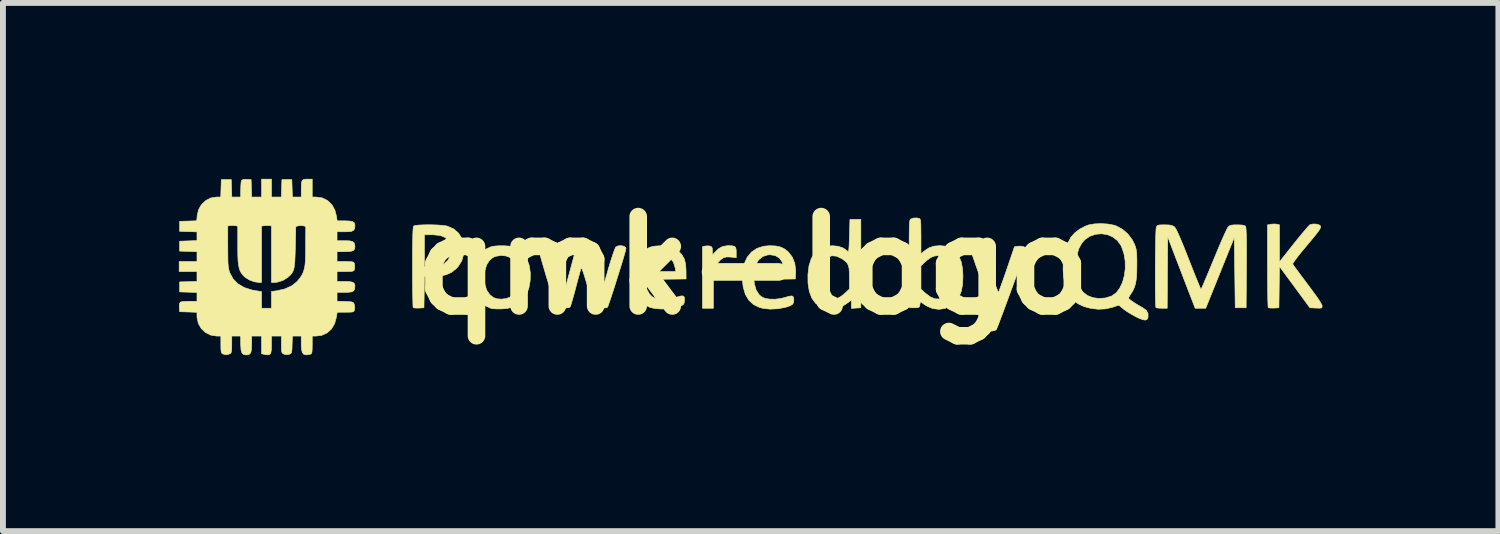
<source format=kicad_pcb>
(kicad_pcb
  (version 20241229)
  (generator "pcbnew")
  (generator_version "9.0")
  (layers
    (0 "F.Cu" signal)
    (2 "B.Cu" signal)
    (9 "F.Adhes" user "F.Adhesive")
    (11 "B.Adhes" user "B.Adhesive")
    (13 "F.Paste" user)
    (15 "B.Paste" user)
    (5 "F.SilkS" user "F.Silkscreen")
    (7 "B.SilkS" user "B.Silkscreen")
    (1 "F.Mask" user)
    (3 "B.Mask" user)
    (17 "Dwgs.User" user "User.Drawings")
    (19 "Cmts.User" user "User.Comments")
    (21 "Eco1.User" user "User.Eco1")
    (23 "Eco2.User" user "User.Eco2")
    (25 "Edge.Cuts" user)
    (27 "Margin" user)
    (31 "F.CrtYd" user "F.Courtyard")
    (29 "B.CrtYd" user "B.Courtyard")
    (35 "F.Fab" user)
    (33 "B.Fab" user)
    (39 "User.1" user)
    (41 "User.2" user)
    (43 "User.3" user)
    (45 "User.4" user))
  (footprint "qmk-logo"
    (layer "F.Cu")
    (at 9.792 1.478)
    (property "Reference" "qmk-logo" (at 0 0 0) (layer "F.SilkS") (effects (font (size 1.524 1.524) (thickness 0.3))))
    (attr through_hole)
    (fp_poly (pts (xy -0.361 -0.337) (xy -0.319 -0.328) (xy -0.297 -0.307) (xy -0.289 -0.268) (xy -0.288 -0.226) (xy -0.288 -0.134) (xy -0.385 -0.145) (xy -0.452 -0.147) (xy -0.506 -0.133) (xy -0.555 -0.099) (xy -0.607 -0.041) (xy -0.628 -0.012) (xy -0.677 0.056) (xy -0.677 0.728) (xy -0.864 0.728) (xy -0.864 -0.321) (xy -0.821 -0.332) (xy -0.77 -0.336) (xy -0.737 -0.332) (xy -0.709 -0.32) (xy -0.697 -0.297) (xy -0.694 -0.25) (xy -0.694 -0.249) (xy -0.693 -0.178) (xy -0.659 -0.219) (xy -0.59 -0.287) (xy -0.518 -0.326) (xy -0.436 -0.339) (xy -0.43 -0.339) (xy -0.361 -0.337)) (stroke (width 0.01) (type solid)) (fill yes) (layer "F.SilkS"))
    (fp_poly (pts (xy 0.384 -0.334) (xy 0.465 -0.317) (xy 0.532 -0.286) (xy 0.595 -0.237) (xy 0.6 -0.232) (xy 0.669 -0.143) (xy 0.711 -0.035) (xy 0.726 0.091) (xy 0.725 0.13) (xy 0.72 0.229) (xy 0.012 0.238) (xy 0.023 0.316) (xy 0.052 0.419) (xy 0.105 0.5) (xy 0.141 0.531) (xy 0.201 0.559) (xy 0.283 0.573) (xy 0.378 0.574) (xy 0.478 0.561) (xy 0.551 0.542) (xy 0.619 0.522) (xy 0.661 0.518) (xy 0.684 0.532) (xy 0.693 0.566) (xy 0.694 0.593) (xy 0.689 0.633) (xy 0.671 0.662) (xy 0.633 0.685) (xy 0.57 0.707) (xy 0.549 0.713) (xy 0.42 0.737) (xy 0.289 0.743) (xy 0.168 0.73) (xy 0.105 0.713) (xy 0.003 0.662) (xy -0.076 0.588) (xy -0.133 0.49) (xy -0.169 0.366) (xy -0.182 0.252) (xy -0.179 0.102) (xy 0.014 0.102) (xy 0.529 0.102) (xy 0.521 0.027) (xy 0.496 -0.061) (xy 0.448 -0.128) (xy 0.378 -0.17) (xy 0.291 -0.184) (xy 0.249 -0.181) (xy 0.163 -0.154) (xy 0.095 -0.098) (xy 0.046 -0.019) (xy 0.026 0.047) (xy 0.014 0.102) (xy -0.179 0.102) (xy -0.179 0.1) (xy -0.151 -0.032) (xy -0.1 -0.143) (xy -0.028 -0.23) (xy 0.066 -0.293) (xy 0.178 -0.329) (xy 0.279 -0.338) (xy 0.384 -0.334)) (stroke (width 0.01) (type solid)) (fill yes) (layer "F.SilkS"))
    (fp_poly (pts (xy -5.464 -0.694) (xy -5.376 -0.691) (xy -5.298 -0.685) (xy -5.237 -0.677) (xy -5.211 -0.671) (xy -5.104 -0.623) (xy -5.022 -0.552) (xy -4.965 -0.459) (xy -4.935 -0.346) (xy -4.932 -0.325) (xy -4.935 -0.196) (xy -4.968 -0.08) (xy -5.031 0.019) (xy -5.06 0.051) (xy -5.14 0.114) (xy -5.23 0.156) (xy -5.337 0.179) (xy -5.463 0.186) (xy -5.604 0.186) (xy -5.613 0.72) (xy -5.699 0.725) (xy -5.75 0.725) (xy -5.787 0.721) (xy -5.796 0.718) (xy -5.799 0.699) (xy -5.801 0.649) (xy -5.803 0.574) (xy -5.805 0.475) (xy -5.807 0.357) (xy -5.808 0.224) (xy -5.808 0.078) (xy -5.808 0.026) (xy -5.808 0.02) (xy -5.605 0.02) (xy -5.462 0.014) (xy -5.383 0.009) (xy -5.328 -0.00025) (xy -5.289 -0.016) (xy -5.273 -0.026) (xy -5.21 -0.083) (xy -5.174 -0.142) (xy -5.158 -0.216) (xy -5.156 -0.262) (xy -5.167 -0.358) (xy -5.199 -0.43) (xy -5.255 -0.481) (xy -5.336 -0.512) (xy -5.445 -0.524) (xy -5.474 -0.525) (xy -5.605 -0.525) (xy -5.605 0.02) (xy -5.808 0.02) (xy -5.808 -0.157) (xy -5.807 -0.308) (xy -5.805 -0.43) (xy -5.803 -0.524) (xy -5.8 -0.594) (xy -5.796 -0.641) (xy -5.791 -0.667) (xy -5.788 -0.674) (xy -5.762 -0.683) (xy -5.709 -0.689) (xy -5.637 -0.693) (xy -5.553 -0.695) (xy -5.464 -0.694)) (stroke (width 0.01) (type solid)) (fill yes) (layer "F.SilkS"))
    (fp_poly (pts (xy 9.61 -0.706) (xy 9.656 -0.691) (xy 9.659 -0.689) (xy 9.672 -0.677) (xy 9.678 -0.663) (xy 9.674 -0.643) (xy 9.659 -0.614) (xy 9.631 -0.573) (xy 9.587 -0.517) (xy 9.526 -0.442) (xy 9.445 -0.345) (xy 9.42 -0.315) (xy 9.352 -0.234) (xy 9.293 -0.16) (xy 9.247 -0.099) (xy 9.215 -0.054) (xy 9.201 -0.029) (xy 9.201 -0.026) (xy 9.213 -0.007) (xy 9.242 0.034) (xy 9.287 0.095) (xy 9.343 0.17) (xy 9.408 0.257) (xy 9.456 0.321) (xy 9.545 0.441) (xy 9.616 0.539) (xy 9.666 0.614) (xy 9.695 0.665) (xy 9.703 0.689) (xy 9.701 0.711) (xy 9.69 0.723) (xy 9.662 0.727) (xy 9.609 0.725) (xy 9.598 0.725) (xy 9.494 0.72) (xy 8.975 0.015) (xy 8.966 0.72) (xy 8.881 0.725) (xy 8.83 0.725) (xy 8.793 0.721) (xy 8.784 0.718) (xy 8.781 0.699) (xy 8.779 0.649) (xy 8.776 0.573) (xy 8.775 0.475) (xy 8.773 0.356) (xy 8.772 0.222) (xy 8.772 0.076) (xy 8.771 0.006) (xy 8.771 -0.693) (xy 8.831 -0.704) (xy 8.884 -0.709) (xy 8.931 -0.705) (xy 8.932 -0.704) (xy 8.975 -0.694) (xy 8.975 -0.062) (xy 9.222 -0.374) (xy 9.293 -0.463) (xy 9.359 -0.543) (xy 9.416 -0.61) (xy 9.46 -0.661) (xy 9.489 -0.691) (xy 9.497 -0.697) (xy 9.551 -0.709) (xy 9.61 -0.706)) (stroke (width 0.01) (type solid)) (fill yes) (layer "F.SilkS"))
    (fp_poly (pts (xy -1.491 -0.336) (xy -1.403 -0.321) (xy -1.331 -0.29) (xy -1.277 -0.251) (xy -1.214 -0.184) (xy -1.173 -0.112) (xy -1.151 -0.024) (xy -1.144 0.085) (xy -1.143 0.229) (xy -1.496 0.233) (xy -1.85 0.238) (xy -1.839 0.309) (xy -1.812 0.405) (xy -1.767 0.485) (xy -1.721 0.532) (xy -1.662 0.559) (xy -1.581 0.573) (xy -1.487 0.574) (xy -1.388 0.562) (xy -1.312 0.542) (xy -1.243 0.521) (xy -1.2 0.517) (xy -1.177 0.532) (xy -1.17 0.567) (xy -1.171 0.603) (xy -1.177 0.642) (xy -1.192 0.666) (xy -1.224 0.685) (xy -1.262 0.7) (xy -1.349 0.724) (xy -1.453 0.737) (xy -1.563 0.741) (xy -1.667 0.734) (xy -1.751 0.716) (xy -1.757 0.714) (xy -1.857 0.664) (xy -1.934 0.594) (xy -1.99 0.5) (xy -2.026 0.379) (xy -2.035 0.328) (xy -2.044 0.18) (xy -2.035 0.102) (xy -1.846 0.102) (xy -1.317 0.102) (xy -1.329 0.038) (xy -1.359 -0.056) (xy -1.411 -0.126) (xy -1.482 -0.168) (xy -1.569 -0.183) (xy -1.594 -0.181) (xy -1.684 -0.159) (xy -1.755 -0.109) (xy -1.807 -0.031) (xy -1.835 0.055) (xy -1.846 0.102) (xy -2.035 0.102) (xy -2.028 0.043) (xy -1.989 -0.079) (xy -1.928 -0.182) (xy -1.847 -0.262) (xy -1.822 -0.279) (xy -1.772 -0.307) (xy -1.724 -0.323) (xy -1.666 -0.332) (xy -1.603 -0.336) (xy -1.491 -0.336)) (stroke (width 0.01) (type solid)) (fill yes) (layer "F.SilkS"))
    (fp_poly (pts (xy -4.165 -0.332) (xy -4.1 -0.32) (xy -4.095 -0.319) (xy -4.022 -0.284) (xy -3.949 -0.228) (xy -3.888 -0.161) (xy -3.862 -0.121) (xy -3.819 -0.006) (xy -3.799 0.122) (xy -3.801 0.254) (xy -3.823 0.382) (xy -3.866 0.499) (xy -3.92 0.584) (xy -3.994 0.656) (xy -4.084 0.705) (xy -4.193 0.732) (xy -4.284 0.739) (xy -4.356 0.74) (xy -4.419 0.737) (xy -4.463 0.732) (xy -4.471 0.73) (xy -4.583 0.678) (xy -4.672 0.601) (xy -4.736 0.502) (xy -4.775 0.38) (xy -4.79 0.237) (xy -4.789 0.188) (xy -4.586 0.188) (xy -4.577 0.302) (xy -4.573 0.325) (xy -4.542 0.422) (xy -4.492 0.495) (xy -4.43 0.545) (xy -4.369 0.567) (xy -4.293 0.573) (xy -4.215 0.564) (xy -4.149 0.54) (xy -4.136 0.531) (xy -4.101 0.497) (xy -4.065 0.445) (xy -4.047 0.414) (xy -4.025 0.364) (xy -4.012 0.315) (xy -4.007 0.256) (xy -4.007 0.192) (xy -4.019 0.066) (xy -4.05 -0.032) (xy -4.101 -0.104) (xy -4.141 -0.136) (xy -4.215 -0.164) (xy -4.303 -0.172) (xy -4.389 -0.157) (xy -4.432 -0.14) (xy -4.495 -0.089) (xy -4.543 -0.013) (xy -4.573 0.081) (xy -4.586 0.188) (xy -4.789 0.188) (xy -4.788 0.16) (xy -4.766 0.016) (xy -4.72 -0.106) (xy -4.651 -0.204) (xy -4.56 -0.278) (xy -4.472 -0.319) (xy -4.414 -0.331) (xy -4.335 -0.337) (xy -4.248 -0.337) (xy -4.165 -0.332)) (stroke (width 0.01) (type solid)) (fill yes) (layer "F.SilkS"))
    (fp_poly (pts (xy 1.837 0.72) (xy 1.676 0.73) (xy 1.676 0.59) (xy 1.596 0.647) (xy 1.521 0.696) (xy 1.459 0.726) (xy 1.398 0.741) (xy 1.325 0.745) (xy 1.324 0.745) (xy 1.219 0.732) (xy 1.151 0.706) (xy 1.065 0.643) (xy 1.001 0.555) (xy 0.958 0.441) (xy 0.936 0.301) (xy 0.935 0.195) (xy 1.143 0.195) (xy 1.145 0.287) (xy 1.151 0.355) (xy 1.164 0.407) (xy 1.175 0.436) (xy 1.224 0.51) (xy 1.287 0.557) (xy 1.361 0.573) (xy 1.44 0.558) (xy 1.461 0.548) (xy 1.507 0.52) (xy 1.558 0.479) (xy 1.579 0.46) (xy 1.643 0.4) (xy 1.643 0.208) (xy 1.641 0.111) (xy 1.635 0.041) (xy 1.621 -0.01) (xy 1.597 -0.049) (xy 1.559 -0.084) (xy 1.511 -0.118) (xy 1.426 -0.159) (xy 1.346 -0.167) (xy 1.274 -0.143) (xy 1.211 -0.086) (xy 1.183 -0.044) (xy 1.164 -0.007) (xy 1.152 0.032) (xy 1.146 0.08) (xy 1.143 0.149) (xy 1.143 0.195) (xy 0.935 0.195) (xy 0.935 0.152) (xy 0.953 0.004) (xy 0.992 -0.119) (xy 1.051 -0.214) (xy 1.131 -0.283) (xy 1.23 -0.324) (xy 1.35 -0.338) (xy 1.351 -0.338) (xy 1.452 -0.328) (xy 1.538 -0.298) (xy 1.603 -0.252) (xy 1.61 -0.244) (xy 1.619 -0.237) (xy 1.626 -0.242) (xy 1.631 -0.264) (xy 1.635 -0.307) (xy 1.638 -0.375) (xy 1.642 -0.472) (xy 1.643 -0.501) (xy 1.651 -0.787) (xy 1.837 -0.787) (xy 1.837 0.72)) (stroke (width 0.01) (type solid)) (fill yes) (layer "F.SilkS"))
    (fp_poly (pts (xy 3.835 -0.337) (xy 3.861 -0.327) (xy 3.885 -0.305) (xy 3.909 -0.267) (xy 3.936 -0.209) (xy 3.967 -0.128) (xy 4.006 -0.021) (xy 4.04 0.074) (xy 4.078 0.181) (xy 4.112 0.276) (xy 4.141 0.356) (xy 4.164 0.415) (xy 4.178 0.45) (xy 4.183 0.457) (xy 4.19 0.442) (xy 4.207 0.399) (xy 4.231 0.332) (xy 4.262 0.247) (xy 4.297 0.147) (xy 4.324 0.069) (xy 4.456 -0.319) (xy 4.512 -0.329) (xy 4.566 -0.331) (xy 4.613 -0.322) (xy 4.645 -0.304) (xy 4.65 -0.279) (xy 4.647 -0.267) (xy 4.633 -0.225) (xy 4.61 -0.158) (xy 4.58 -0.071) (xy 4.542 0.032) (xy 4.501 0.148) (xy 4.455 0.272) (xy 4.408 0.4) (xy 4.361 0.529) (xy 4.315 0.653) (xy 4.272 0.77) (xy 4.232 0.875) (xy 4.199 0.964) (xy 4.172 1.033) (xy 4.154 1.078) (xy 4.147 1.094) (xy 4.119 1.109) (xy 4.073 1.117) (xy 4.022 1.117) (xy 3.978 1.111) (xy 3.954 1.097) (xy 3.953 1.095) (xy 3.955 1.07) (xy 3.968 1.022) (xy 3.99 0.958) (xy 4.012 0.901) (xy 4.042 0.825) (xy 4.06 0.772) (xy 4.068 0.737) (xy 4.067 0.711) (xy 4.059 0.687) (xy 4.057 0.683) (xy 4.039 0.642) (xy 4.013 0.578) (xy 3.981 0.496) (xy 3.945 0.4) (xy 3.906 0.295) (xy 3.866 0.185) (xy 3.827 0.077) (xy 3.79 -0.027) (xy 3.758 -0.121) (xy 3.731 -0.2) (xy 3.711 -0.26) (xy 3.701 -0.296) (xy 3.7 -0.305) (xy 3.722 -0.318) (xy 3.762 -0.33) (xy 3.77 -0.332) (xy 3.806 -0.337) (xy 3.835 -0.337)) (stroke (width 0.01) (type solid)) (fill yes) (layer "F.SilkS"))
    (fp_poly (pts (xy 2.835 -0.803) (xy 2.845 -0.795) (xy 2.852 -0.777) (xy 2.857 -0.744) (xy 2.86 -0.692) (xy 2.861 -0.615) (xy 2.862 -0.511) (xy 2.862 -0.496) (xy 2.862 -0.2) (xy 2.917 -0.247) (xy 2.995 -0.3) (xy 3.08 -0.33) (xy 3.182 -0.339) (xy 3.183 -0.339) (xy 3.284 -0.33) (xy 3.363 -0.303) (xy 3.433 -0.253) (xy 3.45 -0.236) (xy 3.51 -0.157) (xy 3.55 -0.059) (xy 3.572 0.061) (xy 3.578 0.178) (xy 3.572 0.32) (xy 3.55 0.437) (xy 3.511 0.534) (xy 3.457 0.611) (xy 3.373 0.685) (xy 3.275 0.731) (xy 3.169 0.747) (xy 3.061 0.733) (xy 2.969 0.694) (xy 2.919 0.664) (xy 2.882 0.637) (xy 2.867 0.623) (xy 2.856 0.62) (xy 2.846 0.651) (xy 2.845 0.66) (xy 2.838 0.695) (xy 2.825 0.713) (xy 2.796 0.719) (xy 2.752 0.72) (xy 2.667 0.72) (xy 2.663 0.004) (xy 2.862 0.004) (xy 2.862 0.402) (xy 2.931 0.465) (xy 3.018 0.532) (xy 3.096 0.567) (xy 3.168 0.57) (xy 3.236 0.544) (xy 3.246 0.538) (xy 3.304 0.479) (xy 3.346 0.395) (xy 3.371 0.293) (xy 3.377 0.178) (xy 3.37 0.105) (xy 3.345 -0.003) (xy 3.304 -0.086) (xy 3.249 -0.141) (xy 3.182 -0.167) (xy 3.157 -0.169) (xy 3.091 -0.162) (xy 3.03 -0.138) (xy 2.966 -0.091) (xy 2.938 -0.066) (xy 2.862 0.004) (xy 2.663 0.004) (xy 2.663 -0.025) (xy 2.662 -0.205) (xy 2.661 -0.353) (xy 2.661 -0.473) (xy 2.662 -0.569) (xy 2.663 -0.642) (xy 2.665 -0.697) (xy 2.668 -0.736) (xy 2.672 -0.763) (xy 2.677 -0.779) (xy 2.683 -0.788) (xy 2.687 -0.792) (xy 2.732 -0.809) (xy 2.79 -0.812) (xy 2.835 -0.803)) (stroke (width 0.01) (type solid)) (fill yes) (layer "F.SilkS"))
    (fp_poly (pts (xy 8.336 -0.691) (xy 8.383 -0.68) (xy 8.397 -0.671) (xy 8.402 -0.653) (xy 8.406 -0.612) (xy 8.409 -0.547) (xy 8.412 -0.454) (xy 8.413 -0.334) (xy 8.413 -0.183) (xy 8.412 -0.001) (xy 8.412 0.036) (xy 8.407 0.72) (xy 8.221 0.72) (xy 8.213 0.121) (xy 8.204 -0.477) (xy 7.961 0.126) (xy 7.718 0.728) (xy 7.538 0.728) (xy 7.454 0.512) (xy 7.423 0.432) (xy 7.383 0.328) (xy 7.337 0.209) (xy 7.289 0.082) (xy 7.24 -0.045) (xy 7.22 -0.096) (xy 7.07 -0.489) (xy 7.065 0.12) (xy 7.061 0.728) (xy 6.971 0.728) (xy 6.918 0.726) (xy 6.88 0.721) (xy 6.869 0.717) (xy 6.866 0.697) (xy 6.863 0.648) (xy 6.861 0.574) (xy 6.859 0.479) (xy 6.858 0.368) (xy 6.858 0.245) (xy 6.858 0.116) (xy 6.858 -0.017) (xy 6.859 -0.148) (xy 6.861 -0.273) (xy 6.863 -0.387) (xy 6.865 -0.486) (xy 6.868 -0.566) (xy 6.871 -0.622) (xy 6.874 -0.65) (xy 6.875 -0.651) (xy 6.885 -0.673) (xy 6.901 -0.686) (xy 6.932 -0.692) (xy 6.984 -0.694) (xy 7.016 -0.694) (xy 7.09 -0.692) (xy 7.139 -0.684) (xy 7.174 -0.668) (xy 7.182 -0.662) (xy 7.199 -0.642) (xy 7.222 -0.601) (xy 7.252 -0.537) (xy 7.29 -0.449) (xy 7.338 -0.335) (xy 7.395 -0.191) (xy 7.426 -0.112) (xy 7.475 0.012) (xy 7.52 0.126) (xy 7.56 0.225) (xy 7.593 0.306) (xy 7.618 0.365) (xy 7.633 0.399) (xy 7.637 0.406) (xy 7.645 0.391) (xy 7.665 0.348) (xy 7.693 0.281) (xy 7.73 0.194) (xy 7.774 0.09) (xy 7.822 -0.027) (xy 7.855 -0.106) (xy 7.907 -0.232) (xy 7.956 -0.348) (xy 8.001 -0.452) (xy 8.04 -0.539) (xy 8.071 -0.605) (xy 8.092 -0.646) (xy 8.099 -0.656) (xy 8.123 -0.677) (xy 8.152 -0.688) (xy 8.198 -0.693) (xy 8.256 -0.694) (xy 8.336 -0.691)) (stroke (width 0.01) (type solid)) (fill yes) (layer "F.SilkS"))
    (fp_poly (pts (xy 6.046 -0.708) (xy 6.15 -0.689) (xy 6.189 -0.677) (xy 6.294 -0.621) (xy 6.389 -0.54) (xy 6.465 -0.439) (xy 6.504 -0.362) (xy 6.52 -0.319) (xy 6.531 -0.278) (xy 6.538 -0.231) (xy 6.542 -0.17) (xy 6.544 -0.089) (xy 6.544 -0.008) (xy 6.542 0.121) (xy 6.535 0.223) (xy 6.522 0.306) (xy 6.5 0.376) (xy 6.47 0.439) (xy 6.442 0.483) (xy 6.417 0.522) (xy 6.402 0.55) (xy 6.401 0.555) (xy 6.414 0.572) (xy 6.45 0.6) (xy 6.501 0.635) (xy 6.56 0.672) (xy 6.621 0.707) (xy 6.638 0.716) (xy 6.702 0.762) (xy 6.734 0.817) (xy 6.734 0.881) (xy 6.733 0.887) (xy 6.718 0.918) (xy 6.689 0.93) (xy 6.643 0.923) (xy 6.576 0.897) (xy 6.513 0.866) (xy 6.442 0.826) (xy 6.371 0.782) (xy 6.315 0.742) (xy 6.311 0.738) (xy 6.235 0.676) (xy 6.127 0.712) (xy 6.009 0.739) (xy 5.883 0.745) (xy 5.757 0.73) (xy 5.638 0.698) (xy 5.535 0.649) (xy 5.455 0.584) (xy 5.45 0.578) (xy 5.382 0.477) (xy 5.331 0.354) (xy 5.299 0.215) (xy 5.286 0.077) (xy 5.504 0.077) (xy 5.519 0.202) (xy 5.55 0.316) (xy 5.596 0.412) (xy 5.628 0.455) (xy 5.702 0.512) (xy 5.795 0.548) (xy 5.9 0.562) (xy 6.009 0.553) (xy 6.113 0.52) (xy 6.118 0.517) (xy 6.192 0.464) (xy 6.252 0.385) (xy 6.299 0.286) (xy 6.33 0.172) (xy 6.346 0.049) (xy 6.344 -0.077) (xy 6.324 -0.201) (xy 6.284 -0.317) (xy 6.273 -0.341) (xy 6.212 -0.426) (xy 6.132 -0.488) (xy 6.04 -0.527) (xy 5.94 -0.542) (xy 5.838 -0.533) (xy 5.742 -0.499) (xy 5.656 -0.441) (xy 5.604 -0.381) (xy 5.554 -0.288) (xy 5.521 -0.176) (xy 5.505 -0.052) (xy 5.504 0.077) (xy 5.286 0.077) (xy 5.286 0.068) (xy 5.29 -0.082) (xy 5.314 -0.228) (xy 5.356 -0.363) (xy 5.417 -0.48) (xy 5.422 -0.487) (xy 5.485 -0.557) (xy 5.57 -0.622) (xy 5.666 -0.672) (xy 5.723 -0.693) (xy 5.819 -0.71) (xy 5.931 -0.715) (xy 6.046 -0.708)) (stroke (width 0.01) (type solid)) (fill yes) (layer "F.SilkS"))
    (fp_poly (pts (xy -3.51 -0.332) (xy -3.485 -0.318) (xy -3.472 -0.295) (xy -3.452 -0.245) (xy -3.427 -0.174) (xy -3.399 -0.087) (xy -3.371 0.008) (xy -3.341 0.112) (xy -3.312 0.209) (xy -3.287 0.295) (xy -3.267 0.361) (xy -3.256 0.398) (xy -3.229 0.482) (xy -3.122 0.087) (xy -3.092 -0.024) (xy -3.065 -0.123) (xy -3.042 -0.206) (xy -3.023 -0.269) (xy -3.012 -0.307) (xy -3.008 -0.317) (xy -2.979 -0.328) (xy -2.932 -0.333) (xy -2.883 -0.331) (xy -2.847 -0.322) (xy -2.843 -0.319) (xy -2.831 -0.297) (xy -2.811 -0.246) (xy -2.786 -0.173) (xy -2.757 -0.082) (xy -2.726 0.022) (xy -2.709 0.08) (xy -2.678 0.187) (xy -2.649 0.282) (xy -2.625 0.361) (xy -2.607 0.419) (xy -2.595 0.452) (xy -2.592 0.457) (xy -2.585 0.442) (xy -2.57 0.398) (xy -2.549 0.331) (xy -2.523 0.245) (xy -2.493 0.144) (xy -2.475 0.08) (xy -2.442 -0.033) (xy -2.41 -0.133) (xy -2.383 -0.216) (xy -2.36 -0.277) (xy -2.345 -0.312) (xy -2.34 -0.318) (xy -2.3 -0.336) (xy -2.251 -0.339) (xy -2.206 -0.33) (xy -2.175 -0.31) (xy -2.168 -0.29) (xy -2.173 -0.265) (xy -2.187 -0.213) (xy -2.208 -0.14) (xy -2.235 -0.05) (xy -2.267 0.053) (xy -2.301 0.162) (xy -2.336 0.273) (xy -2.37 0.382) (xy -2.403 0.483) (xy -2.432 0.571) (xy -2.457 0.642) (xy -2.474 0.691) (xy -2.484 0.712) (xy -2.484 0.713) (xy -2.509 0.721) (xy -2.556 0.725) (xy -2.609 0.725) (xy -2.718 0.72) (xy -2.819 0.368) (xy -2.849 0.267) (xy -2.876 0.179) (xy -2.899 0.108) (xy -2.917 0.06) (xy -2.928 0.038) (xy -2.93 0.038) (xy -2.938 0.06) (xy -2.952 0.11) (xy -2.972 0.182) (xy -2.996 0.27) (xy -3.022 0.368) (xy -3.023 0.373) (xy -3.049 0.472) (xy -3.074 0.56) (xy -3.095 0.632) (xy -3.111 0.683) (xy -3.121 0.707) (xy -3.121 0.707) (xy -3.144 0.717) (xy -3.189 0.724) (xy -3.245 0.728) (xy -3.299 0.728) (xy -3.341 0.723) (xy -3.359 0.715) (xy -3.368 0.692) (xy -3.385 0.642) (xy -3.408 0.569) (xy -3.436 0.479) (xy -3.468 0.377) (xy -3.501 0.268) (xy -3.535 0.156) (xy -3.567 0.047) (xy -3.597 -0.054) (xy -3.622 -0.143) (xy -3.642 -0.213) (xy -3.654 -0.26) (xy -3.658 -0.279) (xy -3.643 -0.313) (xy -3.607 -0.334) (xy -3.559 -0.341) (xy -3.51 -0.332)) (stroke (width 0.01) (type solid)) (fill yes) (layer "F.SilkS"))
    (fp_poly (pts (xy -8.213 -1.168) (xy -8.045 -1.168) (xy -8.04 -1.317) (xy -8.035 -1.465) (xy -7.866 -1.465) (xy -7.861 -1.317) (xy -7.856 -1.168) (xy -7.705 -1.168) (xy -7.705 -1.294) (xy -7.704 -1.374) (xy -7.698 -1.425) (xy -7.685 -1.455) (xy -7.661 -1.469) (xy -7.622 -1.473) (xy -7.601 -1.473) (xy -7.518 -1.473) (xy -7.518 -1.168) (xy -7.45 -1.168) (xy -7.346 -1.153) (xy -7.256 -1.108) (xy -7.183 -1.038) (xy -7.131 -0.944) (xy -7.105 -0.842) (xy -7.093 -0.762) (xy -6.962 -0.762) (xy -6.883 -0.759) (xy -6.831 -0.75) (xy -6.803 -0.73) (xy -6.791 -0.699) (xy -6.79 -0.681) (xy -6.795 -0.633) (xy -6.811 -0.602) (xy -6.846 -0.584) (xy -6.906 -0.577) (xy -6.96 -0.576) (xy -7.095 -0.576) (xy -7.095 -0.423) (xy -6.96 -0.423) (xy -6.882 -0.421) (xy -6.832 -0.41) (xy -6.804 -0.388) (xy -6.792 -0.352) (xy -6.79 -0.318) (xy -6.796 -0.281) (xy -6.816 -0.256) (xy -6.857 -0.243) (xy -6.923 -0.238) (xy -6.963 -0.237) (xy -7.095 -0.237) (xy -7.095 -0.068) (xy -6.951 -0.068) (xy -6.882 -0.067) (xy -6.838 -0.064) (xy -6.815 -0.057) (xy -6.803 -0.044) (xy -6.797 -0.025) (xy -6.793 0.026) (xy -6.797 0.059) (xy -6.804 0.08) (xy -6.817 0.092) (xy -6.843 0.099) (xy -6.889 0.101) (xy -6.951 0.102) (xy -7.095 0.102) (xy -7.095 0.271) (xy -6.963 0.271) (xy -6.883 0.274) (xy -6.832 0.283) (xy -6.803 0.302) (xy -6.791 0.333) (xy -6.79 0.352) (xy -6.795 0.4) (xy -6.811 0.431) (xy -6.846 0.449) (xy -6.906 0.456) (xy -6.96 0.457) (xy -7.095 0.457) (xy -7.095 0.608) (xy -6.956 0.613) (xy -6.887 0.616) (xy -6.844 0.621) (xy -6.821 0.63) (xy -6.808 0.645) (xy -6.801 0.662) (xy -6.793 0.713) (xy -6.797 0.751) (xy -6.804 0.773) (xy -6.816 0.786) (xy -6.84 0.793) (xy -6.885 0.795) (xy -6.95 0.796) (xy -7.093 0.796) (xy -7.105 0.876) (xy -7.135 0.988) (xy -7.189 1.08) (xy -7.263 1.148) (xy -7.355 1.19) (xy -7.45 1.202) (xy -7.518 1.202) (xy -7.518 1.353) (xy -7.519 1.425) (xy -7.522 1.47) (xy -7.528 1.495) (xy -7.541 1.508) (xy -7.556 1.513) (xy -7.617 1.524) (xy -7.66 1.515) (xy -7.687 1.483) (xy -7.701 1.424) (xy -7.705 1.337) (xy -7.705 1.202) (xy -7.856 1.202) (xy -7.861 1.35) (xy -7.863 1.421) (xy -7.868 1.466) (xy -7.876 1.491) (xy -7.89 1.505) (xy -7.911 1.514) (xy -7.972 1.52) (xy -8 1.51) (xy -8.021 1.499) (xy -8.034 1.483) (xy -8.041 1.455) (xy -8.043 1.406) (xy -8.043 1.347) (xy -8.043 1.202) (xy -8.213 1.202) (xy -8.213 1.354) (xy -8.215 1.435) (xy -8.223 1.487) (xy -8.241 1.515) (xy -8.273 1.524) (xy -8.321 1.518) (xy -8.332 1.515) (xy -8.382 1.504) (xy -8.382 1.202) (xy -8.551 1.202) (xy -8.551 1.346) (xy -8.554 1.426) (xy -8.563 1.478) (xy -8.583 1.508) (xy -8.615 1.522) (xy -8.651 1.524) (xy -8.69 1.516) (xy -8.717 1.489) (xy -8.732 1.438) (xy -8.737 1.36) (xy -8.738 1.337) (xy -8.738 1.202) (xy -8.89 1.202) (xy -8.89 1.346) (xy -8.891 1.417) (xy -8.895 1.462) (xy -8.903 1.489) (xy -8.918 1.503) (xy -8.923 1.506) (xy -8.985 1.523) (xy -9.046 1.506) (xy -9.047 1.506) (xy -9.062 1.491) (xy -9.071 1.465) (xy -9.075 1.419) (xy -9.076 1.347) (xy -9.076 1.202) (xy -9.148 1.202) (xy -9.25 1.186) (xy -9.339 1.141) (xy -9.41 1.074) (xy -9.46 0.988) (xy -9.482 0.888) (xy -9.483 0.865) (xy -9.483 0.797) (xy -9.631 0.792) (xy -9.779 0.787) (xy -9.784 0.713) (xy -9.783 0.655) (xy -9.768 0.625) (xy -9.767 0.624) (xy -9.741 0.617) (xy -9.69 0.612) (xy -9.626 0.61) (xy -9.614 0.61) (xy -9.483 0.61) (xy -9.483 0.459) (xy -9.631 0.454) (xy -9.779 0.449) (xy -9.779 0.279) (xy -9.631 0.275) (xy -9.483 0.27) (xy -9.483 0.102) (xy -9.787 0.102) (xy -9.787 -0.068) (xy -9.483 -0.068) (xy -9.483 -0.236) (xy -9.631 -0.241) (xy -9.779 -0.246) (xy -9.779 -0.415) (xy -9.631 -0.42) (xy -9.483 -0.425) (xy -9.483 -0.574) (xy -9.631 -0.579) (xy -9.779 -0.584) (xy -9.779 -0.675) (xy -8.958 -0.675) (xy -8.958 -0.321) (xy -8.957 -0.199) (xy -8.956 -0.106) (xy -8.954 -0.035) (xy -8.949 0.019) (xy -8.942 0.061) (xy -8.933 0.096) (xy -8.924 0.123) (xy -8.868 0.227) (xy -8.784 0.312) (xy -8.675 0.376) (xy -8.542 0.418) (xy -8.502 0.425) (xy -8.382 0.445) (xy -8.382 0.728) (xy -8.213 0.728) (xy -8.213 0.442) (xy -8.132 0.432) (xy -7.988 0.4) (xy -7.869 0.347) (xy -7.775 0.272) (xy -7.722 0.206) (xy -7.692 0.159) (xy -7.67 0.112) (xy -7.654 0.06) (xy -7.642 -0.001) (xy -7.635 -0.079) (xy -7.631 -0.178) (xy -7.63 -0.304) (xy -7.63 -0.338) (xy -7.628 -0.667) (xy -7.671 -0.678) (xy -7.722 -0.682) (xy -7.755 -0.677) (xy -7.798 -0.666) (xy -7.806 -0.312) (xy -7.81 -0.183) (xy -7.814 -0.082) (xy -7.821 -0.006) (xy -7.83 0.052) (xy -7.845 0.096) (xy -7.865 0.132) (xy -7.892 0.163) (xy -7.928 0.196) (xy -7.932 0.2) (xy -8.017 0.254) (xy -8.116 0.284) (xy -8.166 0.288) (xy -8.213 0.288) (xy -8.213 -0.675) (xy -8.251 -0.681) (xy -8.298 -0.682) (xy -8.335 -0.68) (xy -8.382 -0.673) (xy -8.382 0.288) (xy -8.43 0.288) (xy -8.51 0.276) (xy -8.594 0.243) (xy -8.665 0.198) (xy -8.683 0.181) (xy -8.717 0.143) (xy -8.743 0.102) (xy -8.761 0.054) (xy -8.774 -0.007) (xy -8.783 -0.085) (xy -8.787 -0.186) (xy -8.788 -0.314) (xy -8.788 -0.347) (xy -8.788 -0.673) (xy -8.835 -0.68) (xy -8.885 -0.683) (xy -8.92 -0.681) (xy -8.958 -0.675) (xy -9.779 -0.675) (xy -9.779 -0.754) (xy -9.633 -0.758) (xy -9.487 -0.763) (xy -9.479 -0.856) (xy -9.455 -0.955) (xy -9.405 -1.041) (xy -9.334 -1.108) (xy -9.247 -1.153) (xy -9.15 -1.168) (xy -9.078 -1.168) (xy -9.073 -1.317) (xy -9.068 -1.465) (xy -8.898 -1.465) (xy -8.894 -1.317) (xy -8.889 -1.168) (xy -8.738 -1.168) (xy -8.737 -1.3) (xy -8.735 -1.365) (xy -8.731 -1.419) (xy -8.724 -1.451) (xy -8.723 -1.453) (xy -8.694 -1.468) (xy -8.638 -1.47) (xy -8.634 -1.47) (xy -8.56 -1.465) (xy -8.555 -1.317) (xy -8.55 -1.168) (xy -8.382 -1.168) (xy -8.382 -1.473) (xy -8.213 -1.473) (xy -8.213 -1.168)) (stroke (width 0.01) (type solid)) (fill yes) (layer "F.SilkS")))
  (gr_rect
    (start -3 -3)
    (end 22.5 6.007)
    (stroke (width 0.1) (type default))
    (fill no)
    (layer "Edge.Cuts")))
</source>
